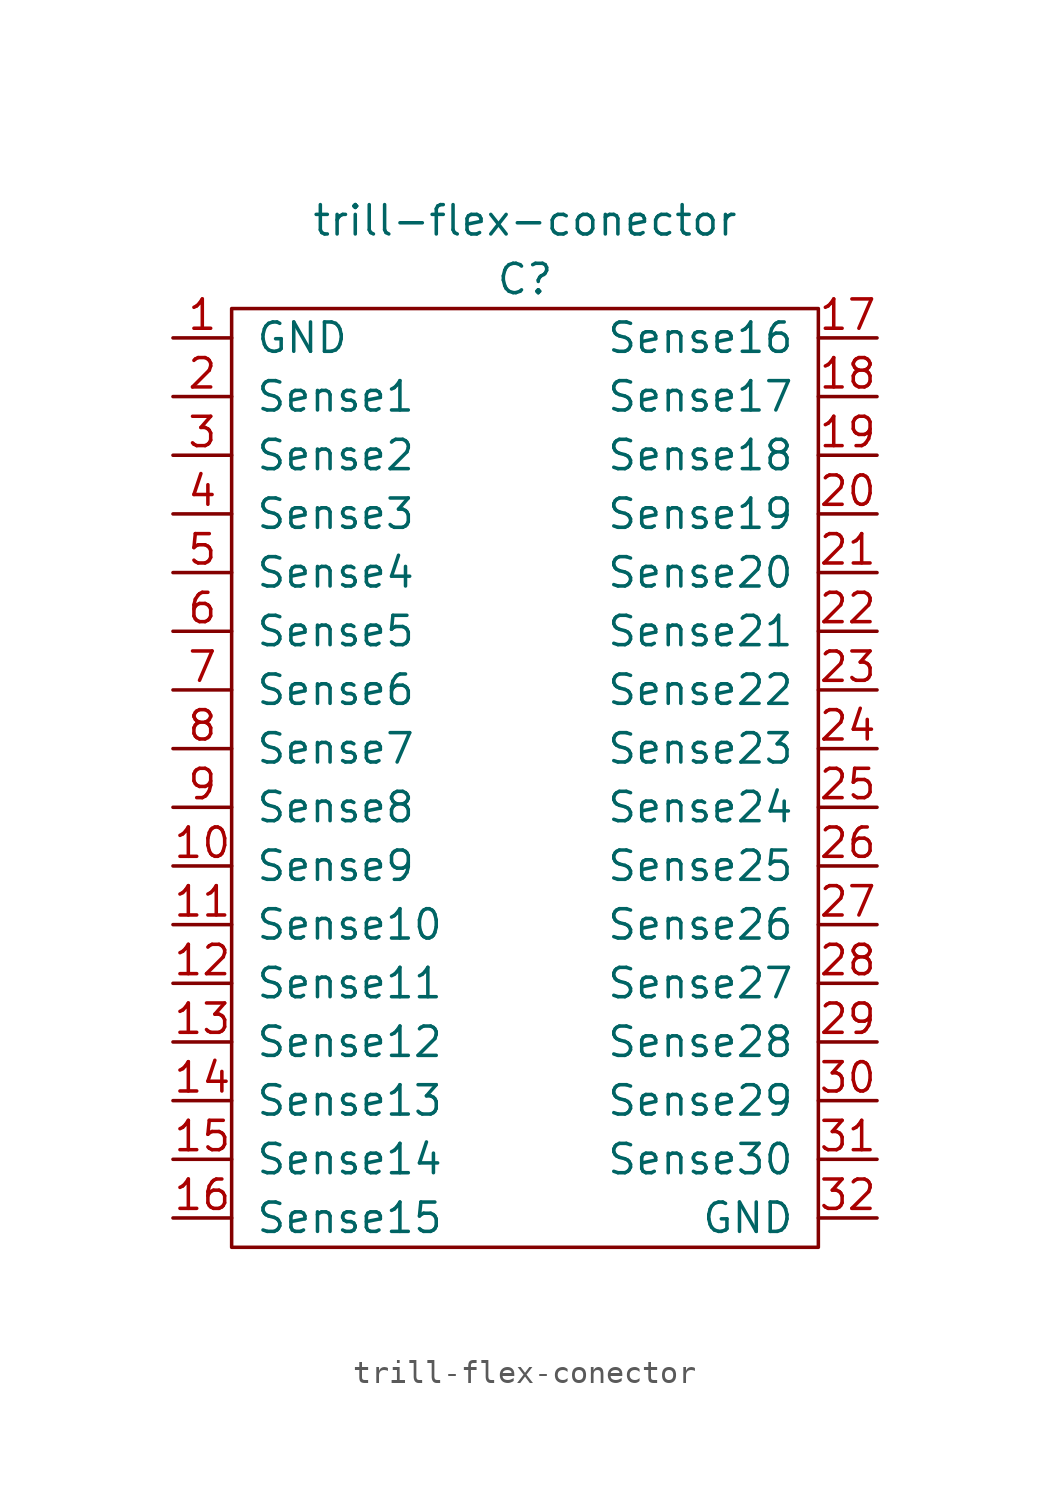
<source format=kicad_sym>
(kicad_symbol_lib
  (version 20211014)
  (generator kicad_symbol_editor)
  (symbol "trill-flex-conector"
    (pin_names
      (offset 1.016))
    (property "Reference" "C"
      (at 0 0 0)
      (effects (font (size 1.27 1.27))))
    (property "Value" "trill-flex-conector"
      (at 0 2.54 0)
      (effects (font (size 1.27 1.27))))
    (symbol "trill-flex-conector_0_1"
      (rectangle (start -12.7 -1.27) (end 12.7 -41.91) (stroke (width 0) (type default) (color 0 0 0 0)) (fill (type none))))
    (symbol "trill-flex-conector_1_1"
      (pin input line (at -15.24 -2.54 0) (length 2.54) (name "GND" (effects (font (size 1.27 1.27)))) (number "1" (effects (font (size 1.27 1.27)))))
      (pin input line (at -15.24 -25.4 0) (length 2.54) (name "Sense9" (effects (font (size 1.27 1.27)))) (number "10" (effects (font (size 1.27 1.27)))))
      (pin input line (at -15.24 -27.94 0) (length 2.54) (name "Sense10" (effects (font (size 1.27 1.27)))) (number "11" (effects (font (size 1.27 1.27)))))
      (pin input line (at -15.24 -30.48 0) (length 2.54) (name "Sense11" (effects (font (size 1.27 1.27)))) (number "12" (effects (font (size 1.27 1.27)))))
      (pin input line (at -15.24 -33.02 0) (length 2.54) (name "Sense12" (effects (font (size 1.27 1.27)))) (number "13" (effects (font (size 1.27 1.27)))))
      (pin input line (at -15.24 -35.56 0) (length 2.54) (name "Sense13" (effects (font (size 1.27 1.27)))) (number "14" (effects (font (size 1.27 1.27)))))
      (pin input line (at -15.24 -38.1 0) (length 2.54) (name "Sense14" (effects (font (size 1.27 1.27)))) (number "15" (effects (font (size 1.27 1.27)))))
      (pin input line (at -15.24 -40.64 0) (length 2.54) (name "Sense15" (effects (font (size 1.27 1.27)))) (number "16" (effects (font (size 1.27 1.27)))))
      (pin input line (at 15.24 -2.54 180) (length 2.54) (name "Sense16" (effects (font (size 1.27 1.27)))) (number "17" (effects (font (size 1.27 1.27)))))
      (pin input line (at 15.24 -5.08 180) (length 2.54) (name "Sense17" (effects (font (size 1.27 1.27)))) (number "18" (effects (font (size 1.27 1.27)))))
      (pin input line (at 15.24 -7.62 180) (length 2.54) (name "Sense18" (effects (font (size 1.27 1.27)))) (number "19" (effects (font (size 1.27 1.27)))))
      (pin input line (at -15.24 -5.08 0) (length 2.54) (name "Sense1" (effects (font (size 1.27 1.27)))) (number "2" (effects (font (size 1.27 1.27)))))
      (pin input line (at 15.24 -10.16 180) (length 2.54) (name "Sense19" (effects (font (size 1.27 1.27)))) (number "20" (effects (font (size 1.27 1.27)))))
      (pin input line (at 15.24 -12.7 180) (length 2.54) (name "Sense20" (effects (font (size 1.27 1.27)))) (number "21" (effects (font (size 1.27 1.27)))))
      (pin input line (at 15.24 -15.24 180) (length 2.54) (name "Sense21" (effects (font (size 1.27 1.27)))) (number "22" (effects (font (size 1.27 1.27)))))
      (pin input line (at 15.24 -17.78 180) (length 2.54) (name "Sense22" (effects (font (size 1.27 1.27)))) (number "23" (effects (font (size 1.27 1.27)))))
      (pin input line (at 15.24 -20.32 180) (length 2.54) (name "Sense23" (effects (font (size 1.27 1.27)))) (number "24" (effects (font (size 1.27 1.27)))))
      (pin input line (at 15.24 -22.86 180) (length 2.54) (name "Sense24" (effects (font (size 1.27 1.27)))) (number "25" (effects (font (size 1.27 1.27)))))
      (pin input line (at 15.24 -25.4 180) (length 2.54) (name "Sense25" (effects (font (size 1.27 1.27)))) (number "26" (effects (font (size 1.27 1.27)))))
      (pin input line (at 15.24 -27.94 180) (length 2.54) (name "Sense26" (effects (font (size 1.27 1.27)))) (number "27" (effects (font (size 1.27 1.27)))))
      (pin input line (at 15.24 -30.48 180) (length 2.54) (name "Sense27" (effects (font (size 1.27 1.27)))) (number "28" (effects (font (size 1.27 1.27)))))
      (pin input line (at 15.24 -33.02 180) (length 2.54) (name "Sense28" (effects (font (size 1.27 1.27)))) (number "29" (effects (font (size 1.27 1.27)))))
      (pin input line (at -15.24 -7.62 0) (length 2.54) (name "Sense2" (effects (font (size 1.27 1.27)))) (number "3" (effects (font (size 1.27 1.27)))))
      (pin input line (at 15.24 -35.56 180) (length 2.54) (name "Sense29" (effects (font (size 1.27 1.27)))) (number "30" (effects (font (size 1.27 1.27)))))
      (pin input line (at 15.24 -38.1 180) (length 2.54) (name "Sense30" (effects (font (size 1.27 1.27)))) (number "31" (effects (font (size 1.27 1.27)))))
      (pin input line (at 15.24 -40.64 180) (length 2.54) (name "GND" (effects (font (size 1.27 1.27)))) (number "32" (effects (font (size 1.27 1.27)))))
      (pin input line (at -15.24 -10.16 0) (length 2.54) (name "Sense3" (effects (font (size 1.27 1.27)))) (number "4" (effects (font (size 1.27 1.27)))))
      (pin input line (at -15.24 -12.7 0) (length 2.54) (name "Sense4" (effects (font (size 1.27 1.27)))) (number "5" (effects (font (size 1.27 1.27)))))
      (pin input line (at -15.24 -15.24 0) (length 2.54) (name "Sense5" (effects (font (size 1.27 1.27)))) (number "6" (effects (font (size 1.27 1.27)))))
      (pin input line (at -15.24 -17.78 0) (length 2.54) (name "Sense6" (effects (font (size 1.27 1.27)))) (number "7" (effects (font (size 1.27 1.27)))))
      (pin input line (at -15.24 -20.32 0) (length 2.54) (name "Sense7" (effects (font (size 1.27 1.27)))) (number "8" (effects (font (size 1.27 1.27)))))
      (pin input line (at -15.24 -22.86 0) (length 2.54) (name "Sense8" (effects (font (size 1.27 1.27)))) (number "9" (effects (font (size 1.27 1.27))))))))
</source>
